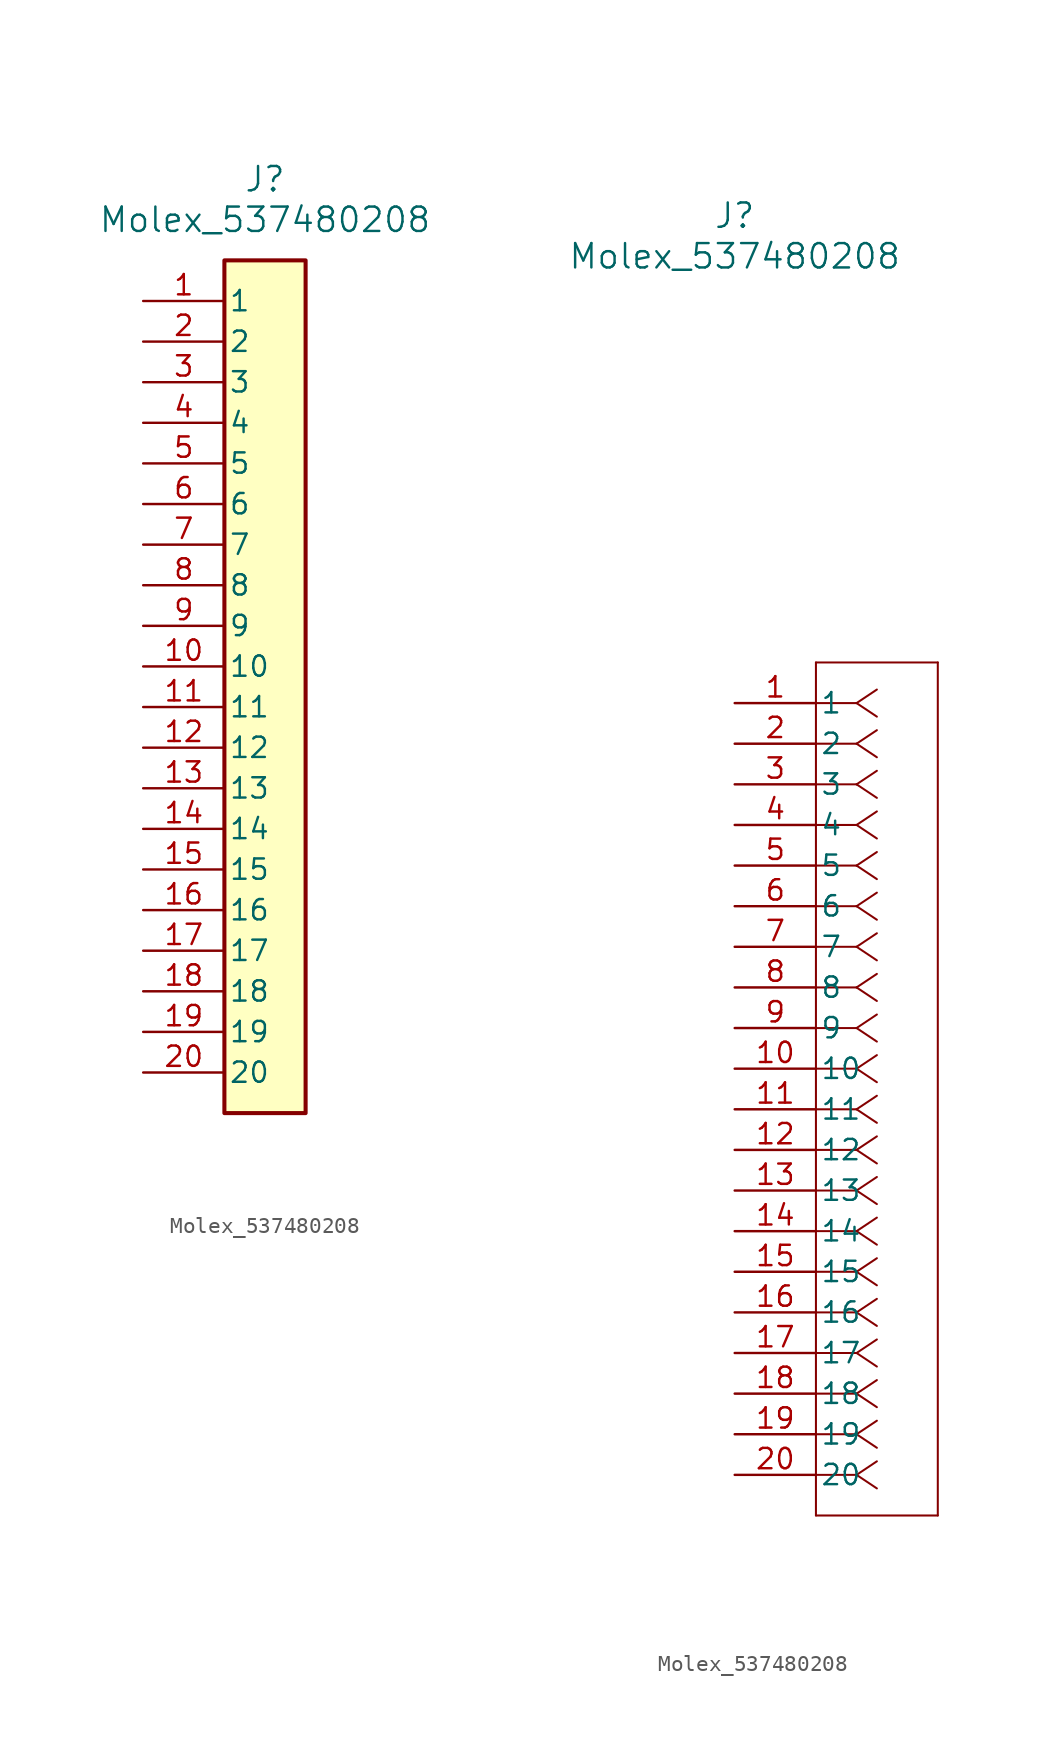
<source format=kicad_sym>
(kicad_symbol_lib
  (version 20231120)
  (generator "kicad_symbol_editor")
  (generator_version "8.0")
  (symbol "Molex_537480208"
    (pin_names
      (offset 0.254))
    (property "Reference" "J"
      (at 0 30.48 0)
      (effects (font (size 1.524 1.524))))
    (property "Value" "Molex_537480208"
      (at 0 27.94 0)
      (effects (font (size 1.524 1.524))))
    (property "ki_locked" ""
      (at 0 0 0)
      (effects (font (size 1.27 1.27))))
    (symbol "Molex_537480208_1_1"
      (rectangle (start -2.54 25.4) (end 2.54 -27.94) (stroke (width 0.254) (type default)) (fill (type background)))
      (pin unspecified line (at -7.62 22.86 0) (length 5.08) (name "1" (effects (font (size 1.27 1.27)))) (number "1" (effects (font (size 1.27 1.27)))))
      (pin unspecified line (at -7.62 0 0) (length 5.08) (name "10" (effects (font (size 1.27 1.27)))) (number "10" (effects (font (size 1.27 1.27)))))
      (pin unspecified line (at -7.62 -2.54 0) (length 5.08) (name "11" (effects (font (size 1.27 1.27)))) (number "11" (effects (font (size 1.27 1.27)))))
      (pin unspecified line (at -7.62 -5.08 0) (length 5.08) (name "12" (effects (font (size 1.27 1.27)))) (number "12" (effects (font (size 1.27 1.27)))))
      (pin unspecified line (at -7.62 -7.62 0) (length 5.08) (name "13" (effects (font (size 1.27 1.27)))) (number "13" (effects (font (size 1.27 1.27)))))
      (pin unspecified line (at -7.62 -10.16 0) (length 5.08) (name "14" (effects (font (size 1.27 1.27)))) (number "14" (effects (font (size 1.27 1.27)))))
      (pin unspecified line (at -7.62 -12.7 0) (length 5.08) (name "15" (effects (font (size 1.27 1.27)))) (number "15" (effects (font (size 1.27 1.27)))))
      (pin unspecified line (at -7.62 -15.24 0) (length 5.08) (name "16" (effects (font (size 1.27 1.27)))) (number "16" (effects (font (size 1.27 1.27)))))
      (pin unspecified line (at -7.62 -17.78 0) (length 5.08) (name "17" (effects (font (size 1.27 1.27)))) (number "17" (effects (font (size 1.27 1.27)))))
      (pin unspecified line (at -7.62 -20.32 0) (length 5.08) (name "18" (effects (font (size 1.27 1.27)))) (number "18" (effects (font (size 1.27 1.27)))))
      (pin unspecified line (at -7.62 -22.86 0) (length 5.08) (name "19" (effects (font (size 1.27 1.27)))) (number "19" (effects (font (size 1.27 1.27)))))
      (pin unspecified line (at -7.62 20.32 0) (length 5.08) (name "2" (effects (font (size 1.27 1.27)))) (number "2" (effects (font (size 1.27 1.27)))))
      (pin unspecified line (at -7.62 -25.4 0) (length 5.08) (name "20" (effects (font (size 1.27 1.27)))) (number "20" (effects (font (size 1.27 1.27)))))
      (pin unspecified line (at -7.62 17.78 0) (length 5.08) (name "3" (effects (font (size 1.27 1.27)))) (number "3" (effects (font (size 1.27 1.27)))))
      (pin unspecified line (at -7.62 15.24 0) (length 5.08) (name "4" (effects (font (size 1.27 1.27)))) (number "4" (effects (font (size 1.27 1.27)))))
      (pin unspecified line (at -7.62 12.7 0) (length 5.08) (name "5" (effects (font (size 1.27 1.27)))) (number "5" (effects (font (size 1.27 1.27)))))
      (pin unspecified line (at -7.62 10.16 0) (length 5.08) (name "6" (effects (font (size 1.27 1.27)))) (number "6" (effects (font (size 1.27 1.27)))))
      (pin unspecified line (at -7.62 7.62 0) (length 5.08) (name "7" (effects (font (size 1.27 1.27)))) (number "7" (effects (font (size 1.27 1.27)))))
      (pin unspecified line (at -7.62 5.08 0) (length 5.08) (name "8" (effects (font (size 1.27 1.27)))) (number "8" (effects (font (size 1.27 1.27)))))
      (pin unspecified line (at -7.62 2.54 0) (length 5.08) (name "9" (effects (font (size 1.27 1.27)))) (number "9" (effects (font (size 1.27 1.27))))))
    (symbol "Molex_537480208_1_2"
      (polyline (pts (xy 5.08 -50.8) (xy 12.7 -50.8)) (stroke (width 0.127) (type default)) (fill (type none)))
      (polyline (pts (xy 5.08 2.54) (xy 5.08 -50.8)) (stroke (width 0.127) (type default)) (fill (type none)))
      (polyline (pts (xy 7.62 -48.26) (xy 5.08 -48.26)) (stroke (width 0.127) (type default)) (fill (type none)))
      (polyline (pts (xy 7.62 -48.26) (xy 8.89 -49.107)) (stroke (width 0.127) (type default)) (fill (type none)))
      (polyline (pts (xy 7.62 -48.26) (xy 8.89 -47.413)) (stroke (width 0.127) (type default)) (fill (type none)))
      (polyline (pts (xy 7.62 -45.72) (xy 5.08 -45.72)) (stroke (width 0.127) (type default)) (fill (type none)))
      (polyline (pts (xy 7.62 -45.72) (xy 8.89 -46.567)) (stroke (width 0.127) (type default)) (fill (type none)))
      (polyline (pts (xy 7.62 -45.72) (xy 8.89 -44.873)) (stroke (width 0.127) (type default)) (fill (type none)))
      (polyline (pts (xy 7.62 -43.18) (xy 5.08 -43.18)) (stroke (width 0.127) (type default)) (fill (type none)))
      (polyline (pts (xy 7.62 -43.18) (xy 8.89 -44.027)) (stroke (width 0.127) (type default)) (fill (type none)))
      (polyline (pts (xy 7.62 -43.18) (xy 8.89 -42.333)) (stroke (width 0.127) (type default)) (fill (type none)))
      (polyline (pts (xy 7.62 -40.64) (xy 5.08 -40.64)) (stroke (width 0.127) (type default)) (fill (type none)))
      (polyline (pts (xy 7.62 -40.64) (xy 8.89 -41.487)) (stroke (width 0.127) (type default)) (fill (type none)))
      (polyline (pts (xy 7.62 -40.64) (xy 8.89 -39.793)) (stroke (width 0.127) (type default)) (fill (type none)))
      (polyline (pts (xy 7.62 -38.1) (xy 5.08 -38.1)) (stroke (width 0.127) (type default)) (fill (type none)))
      (polyline (pts (xy 7.62 -38.1) (xy 8.89 -38.947)) (stroke (width 0.127) (type default)) (fill (type none)))
      (polyline (pts (xy 7.62 -38.1) (xy 8.89 -37.253)) (stroke (width 0.127) (type default)) (fill (type none)))
      (polyline (pts (xy 7.62 -35.56) (xy 5.08 -35.56)) (stroke (width 0.127) (type default)) (fill (type none)))
      (polyline (pts (xy 7.62 -35.56) (xy 8.89 -36.407)) (stroke (width 0.127) (type default)) (fill (type none)))
      (polyline (pts (xy 7.62 -35.56) (xy 8.89 -34.713)) (stroke (width 0.127) (type default)) (fill (type none)))
      (polyline (pts (xy 7.62 -33.02) (xy 5.08 -33.02)) (stroke (width 0.127) (type default)) (fill (type none)))
      (polyline (pts (xy 7.62 -33.02) (xy 8.89 -33.867)) (stroke (width 0.127) (type default)) (fill (type none)))
      (polyline (pts (xy 7.62 -33.02) (xy 8.89 -32.173)) (stroke (width 0.127) (type default)) (fill (type none)))
      (polyline (pts (xy 7.62 -30.48) (xy 5.08 -30.48)) (stroke (width 0.127) (type default)) (fill (type none)))
      (polyline (pts (xy 7.62 -30.48) (xy 8.89 -31.327)) (stroke (width 0.127) (type default)) (fill (type none)))
      (polyline (pts (xy 7.62 -30.48) (xy 8.89 -29.633)) (stroke (width 0.127) (type default)) (fill (type none)))
      (polyline (pts (xy 7.62 -27.94) (xy 5.08 -27.94)) (stroke (width 0.127) (type default)) (fill (type none)))
      (polyline (pts (xy 7.62 -27.94) (xy 8.89 -28.787)) (stroke (width 0.127) (type default)) (fill (type none)))
      (polyline (pts (xy 7.62 -27.94) (xy 8.89 -27.093)) (stroke (width 0.127) (type default)) (fill (type none)))
      (polyline (pts (xy 7.62 -25.4) (xy 5.08 -25.4)) (stroke (width 0.127) (type default)) (fill (type none)))
      (polyline (pts (xy 7.62 -25.4) (xy 8.89 -26.247)) (stroke (width 0.127) (type default)) (fill (type none)))
      (polyline (pts (xy 7.62 -25.4) (xy 8.89 -24.553)) (stroke (width 0.127) (type default)) (fill (type none)))
      (polyline (pts (xy 7.62 -22.86) (xy 5.08 -22.86)) (stroke (width 0.127) (type default)) (fill (type none)))
      (polyline (pts (xy 7.62 -22.86) (xy 8.89 -23.707)) (stroke (width 0.127) (type default)) (fill (type none)))
      (polyline (pts (xy 7.62 -22.86) (xy 8.89 -22.013)) (stroke (width 0.127) (type default)) (fill (type none)))
      (polyline (pts (xy 7.62 -20.32) (xy 5.08 -20.32)) (stroke (width 0.127) (type default)) (fill (type none)))
      (polyline (pts (xy 7.62 -20.32) (xy 8.89 -21.167)) (stroke (width 0.127) (type default)) (fill (type none)))
      (polyline (pts (xy 7.62 -20.32) (xy 8.89 -19.473)) (stroke (width 0.127) (type default)) (fill (type none)))
      (polyline (pts (xy 7.62 -17.78) (xy 5.08 -17.78)) (stroke (width 0.127) (type default)) (fill (type none)))
      (polyline (pts (xy 7.62 -17.78) (xy 8.89 -18.627)) (stroke (width 0.127) (type default)) (fill (type none)))
      (polyline (pts (xy 7.62 -17.78) (xy 8.89 -16.933)) (stroke (width 0.127) (type default)) (fill (type none)))
      (polyline (pts (xy 7.62 -15.24) (xy 5.08 -15.24)) (stroke (width 0.127) (type default)) (fill (type none)))
      (polyline (pts (xy 7.62 -15.24) (xy 8.89 -16.087)) (stroke (width 0.127) (type default)) (fill (type none)))
      (polyline (pts (xy 7.62 -15.24) (xy 8.89 -14.393)) (stroke (width 0.127) (type default)) (fill (type none)))
      (polyline (pts (xy 7.62 -12.7) (xy 5.08 -12.7)) (stroke (width 0.127) (type default)) (fill (type none)))
      (polyline (pts (xy 7.62 -12.7) (xy 8.89 -13.547)) (stroke (width 0.127) (type default)) (fill (type none)))
      (polyline (pts (xy 7.62 -12.7) (xy 8.89 -11.853)) (stroke (width 0.127) (type default)) (fill (type none)))
      (polyline (pts (xy 7.62 -10.16) (xy 5.08 -10.16)) (stroke (width 0.127) (type default)) (fill (type none)))
      (polyline (pts (xy 7.62 -10.16) (xy 8.89 -11.007)) (stroke (width 0.127) (type default)) (fill (type none)))
      (polyline (pts (xy 7.62 -10.16) (xy 8.89 -9.313)) (stroke (width 0.127) (type default)) (fill (type none)))
      (polyline (pts (xy 7.62 -7.62) (xy 5.08 -7.62)) (stroke (width 0.127) (type default)) (fill (type none)))
      (polyline (pts (xy 7.62 -7.62) (xy 8.89 -8.467)) (stroke (width 0.127) (type default)) (fill (type none)))
      (polyline (pts (xy 7.62 -7.62) (xy 8.89 -6.773)) (stroke (width 0.127) (type default)) (fill (type none)))
      (polyline (pts (xy 7.62 -5.08) (xy 5.08 -5.08)) (stroke (width 0.127) (type default)) (fill (type none)))
      (polyline (pts (xy 7.62 -5.08) (xy 8.89 -5.927)) (stroke (width 0.127) (type default)) (fill (type none)))
      (polyline (pts (xy 7.62 -5.08) (xy 8.89 -4.233)) (stroke (width 0.127) (type default)) (fill (type none)))
      (polyline (pts (xy 7.62 -2.54) (xy 5.08 -2.54)) (stroke (width 0.127) (type default)) (fill (type none)))
      (polyline (pts (xy 7.62 -2.54) (xy 8.89 -3.387)) (stroke (width 0.127) (type default)) (fill (type none)))
      (polyline (pts (xy 7.62 -2.54) (xy 8.89 -1.693)) (stroke (width 0.127) (type default)) (fill (type none)))
      (polyline (pts (xy 7.62 0) (xy 5.08 0)) (stroke (width 0.127) (type default)) (fill (type none)))
      (polyline (pts (xy 7.62 0) (xy 8.89 -0.847)) (stroke (width 0.127) (type default)) (fill (type none)))
      (polyline (pts (xy 7.62 0) (xy 8.89 0.847)) (stroke (width 0.127) (type default)) (fill (type none)))
      (polyline (pts (xy 12.7 -50.8) (xy 12.7 2.54)) (stroke (width 0.127) (type default)) (fill (type none)))
      (polyline (pts (xy 12.7 2.54) (xy 5.08 2.54)) (stroke (width 0.127) (type default)) (fill (type none)))
      (pin unspecified line (at 0 0 0) (length 5.08) (name "1" (effects (font (size 1.27 1.27)))) (number "1" (effects (font (size 1.27 1.27)))))
      (pin unspecified line (at 0 -22.86 0) (length 5.08) (name "10" (effects (font (size 1.27 1.27)))) (number "10" (effects (font (size 1.27 1.27)))))
      (pin unspecified line (at 0 -25.4 0) (length 5.08) (name "11" (effects (font (size 1.27 1.27)))) (number "11" (effects (font (size 1.27 1.27)))))
      (pin unspecified line (at 0 -27.94 0) (length 5.08) (name "12" (effects (font (size 1.27 1.27)))) (number "12" (effects (font (size 1.27 1.27)))))
      (pin unspecified line (at 0 -30.48 0) (length 5.08) (name "13" (effects (font (size 1.27 1.27)))) (number "13" (effects (font (size 1.27 1.27)))))
      (pin unspecified line (at 0 -33.02 0) (length 5.08) (name "14" (effects (font (size 1.27 1.27)))) (number "14" (effects (font (size 1.27 1.27)))))
      (pin unspecified line (at 0 -35.56 0) (length 5.08) (name "15" (effects (font (size 1.27 1.27)))) (number "15" (effects (font (size 1.27 1.27)))))
      (pin unspecified line (at 0 -38.1 0) (length 5.08) (name "16" (effects (font (size 1.27 1.27)))) (number "16" (effects (font (size 1.27 1.27)))))
      (pin unspecified line (at 0 -40.64 0) (length 5.08) (name "17" (effects (font (size 1.27 1.27)))) (number "17" (effects (font (size 1.27 1.27)))))
      (pin unspecified line (at 0 -43.18 0) (length 5.08) (name "18" (effects (font (size 1.27 1.27)))) (number "18" (effects (font (size 1.27 1.27)))))
      (pin unspecified line (at 0 -45.72 0) (length 5.08) (name "19" (effects (font (size 1.27 1.27)))) (number "19" (effects (font (size 1.27 1.27)))))
      (pin unspecified line (at 0 -2.54 0) (length 5.08) (name "2" (effects (font (size 1.27 1.27)))) (number "2" (effects (font (size 1.27 1.27)))))
      (pin unspecified line (at 0 -48.26 0) (length 5.08) (name "20" (effects (font (size 1.27 1.27)))) (number "20" (effects (font (size 1.27 1.27)))))
      (pin unspecified line (at 0 -5.08 0) (length 5.08) (name "3" (effects (font (size 1.27 1.27)))) (number "3" (effects (font (size 1.27 1.27)))))
      (pin unspecified line (at 0 -7.62 0) (length 5.08) (name "4" (effects (font (size 1.27 1.27)))) (number "4" (effects (font (size 1.27 1.27)))))
      (pin unspecified line (at 0 -10.16 0) (length 5.08) (name "5" (effects (font (size 1.27 1.27)))) (number "5" (effects (font (size 1.27 1.27)))))
      (pin unspecified line (at 0 -12.7 0) (length 5.08) (name "6" (effects (font (size 1.27 1.27)))) (number "6" (effects (font (size 1.27 1.27)))))
      (pin unspecified line (at 0 -15.24 0) (length 5.08) (name "7" (effects (font (size 1.27 1.27)))) (number "7" (effects (font (size 1.27 1.27)))))
      (pin unspecified line (at 0 -17.78 0) (length 5.08) (name "8" (effects (font (size 1.27 1.27)))) (number "8" (effects (font (size 1.27 1.27)))))
      (pin unspecified line (at 0 -20.32 0) (length 5.08) (name "9" (effects (font (size 1.27 1.27)))) (number "9" (effects (font (size 1.27 1.27))))))))
</source>
